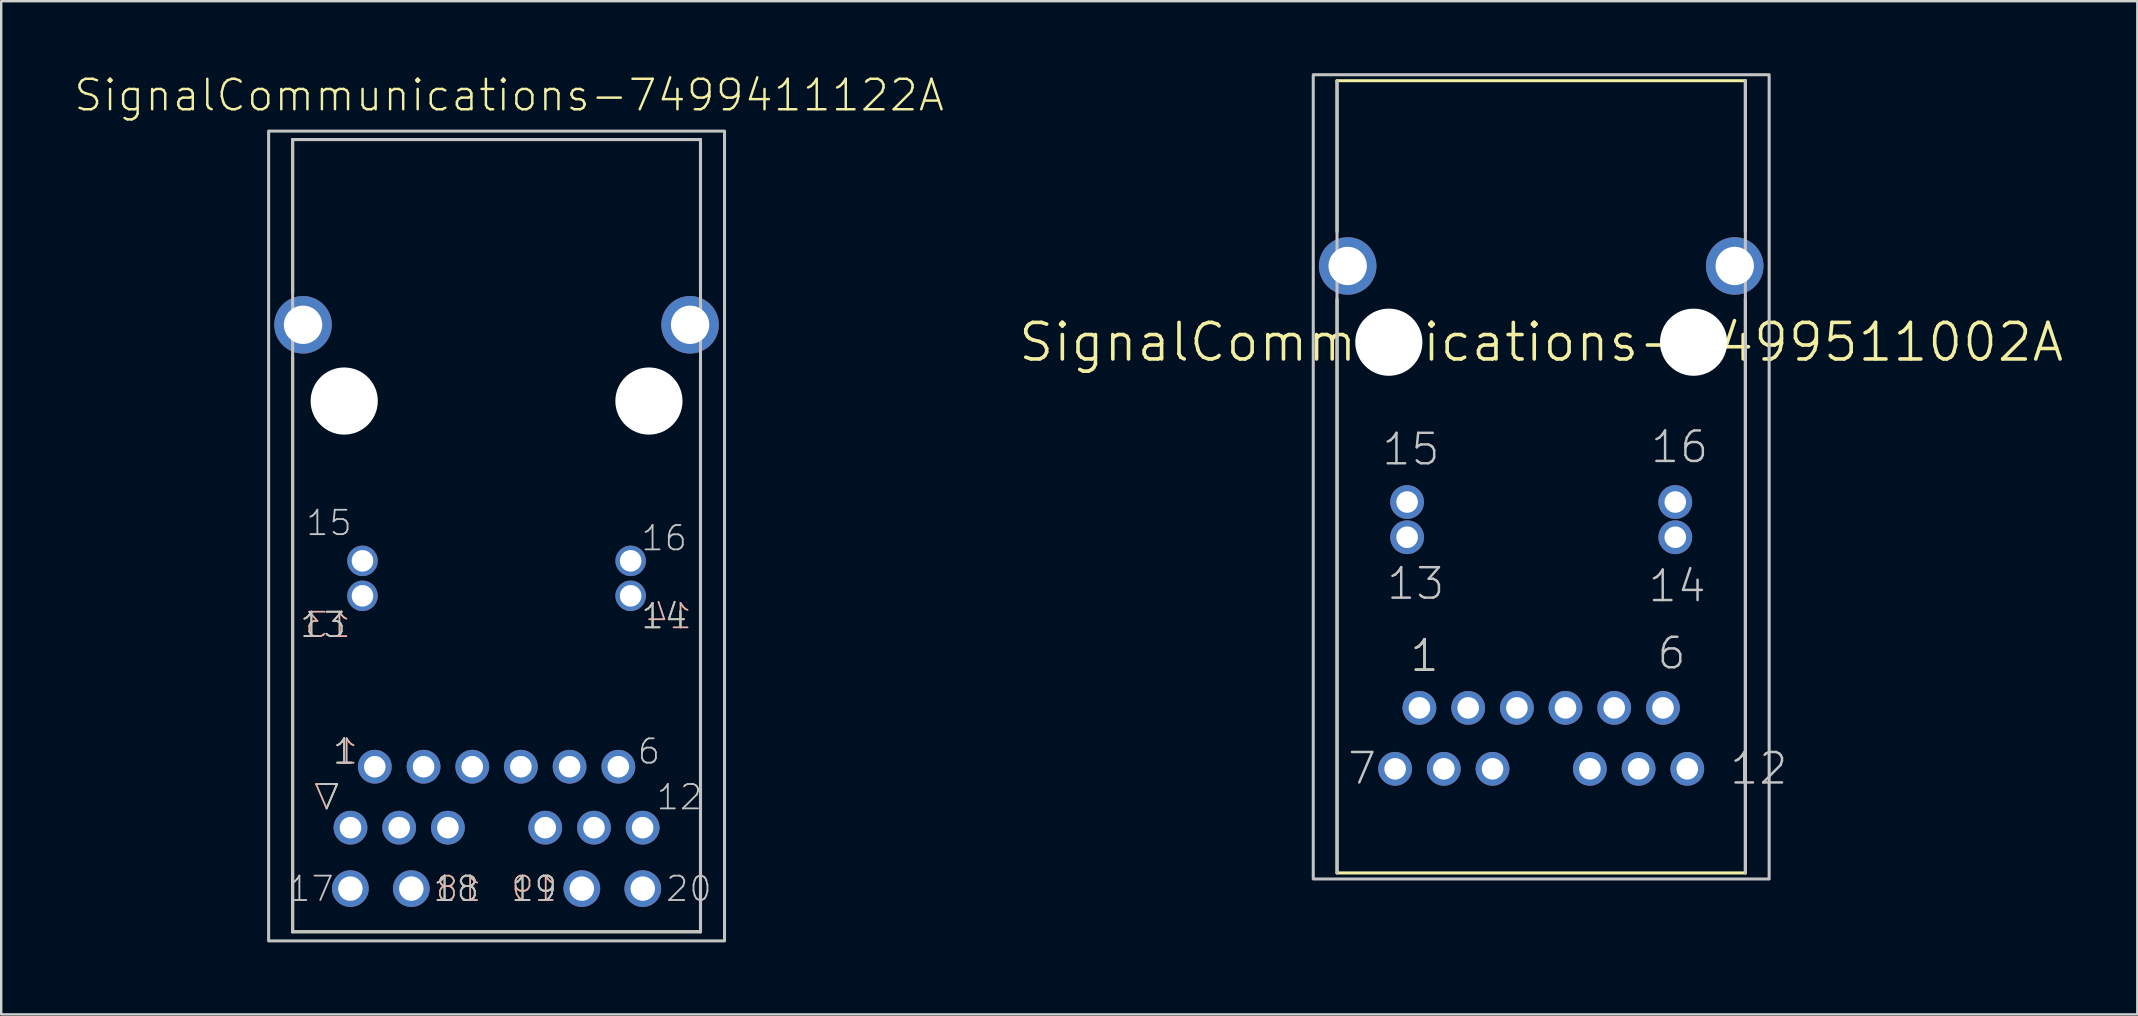
<source format=kicad_pcb>
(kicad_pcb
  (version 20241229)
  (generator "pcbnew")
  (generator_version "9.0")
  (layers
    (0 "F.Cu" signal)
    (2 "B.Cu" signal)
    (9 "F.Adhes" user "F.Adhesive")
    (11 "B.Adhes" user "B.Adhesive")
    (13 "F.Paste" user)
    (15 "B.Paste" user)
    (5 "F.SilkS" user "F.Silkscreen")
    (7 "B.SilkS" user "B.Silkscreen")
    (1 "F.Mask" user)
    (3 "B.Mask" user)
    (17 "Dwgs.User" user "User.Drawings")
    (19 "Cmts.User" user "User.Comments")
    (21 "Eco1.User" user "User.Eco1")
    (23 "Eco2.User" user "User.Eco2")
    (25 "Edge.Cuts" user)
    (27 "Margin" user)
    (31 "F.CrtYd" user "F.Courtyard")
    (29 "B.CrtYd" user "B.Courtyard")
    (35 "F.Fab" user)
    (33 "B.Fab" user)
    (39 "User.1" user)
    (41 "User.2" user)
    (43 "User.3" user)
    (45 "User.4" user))
  (footprint "SignalCommunications-7499511002A"
    (layer "F.Cu")
    (at 61.181 11.212)
    (property "Reference" "SignalCommunications-7499511002A" (at 0 0 0) (layer "F.SilkS") (effects (font (size 1.524 1.524) (thickness 0.15))))
    (attr exclude_from_pos_files exclude_from_bom)
    (fp_line (start -8.509 -10.899) (end 8.509 -10.899) (stroke (width 0.127) (type solid)) (layer "F.SilkS"))
    (fp_line (start -8.509 -4.6) (end -8.509 -10.899) (stroke (width 0.127) (type solid)) (layer "F.SilkS"))
    (fp_line (start -8.509 -1.798) (end -8.509 22.118) (stroke (width 0.127) (type solid)) (layer "F.SilkS"))
    (fp_line (start 8.509 -4.6) (end 8.509 -10.899) (stroke (width 0.127) (type solid)) (layer "F.SilkS"))
    (fp_line (start 8.509 -1.798) (end 8.509 22.118) (stroke (width 0.127) (type solid)) (layer "F.SilkS"))
    (fp_line (start 8.509 22.118) (end -8.509 22.118) (stroke (width 0.127) (type solid)) (layer "F.SilkS"))
    (fp_line (start -8.509 22.118) (end -8.509 -10.899) (stroke (width 0.127) (type solid)) (layer "Dwgs.User"))
    (fp_line (start 8.509 -10.899) (end 8.509 22.118) (stroke (width 0.127) (type solid)) (layer "Dwgs.User"))
    (fp_poly (pts (xy -9.5 -11.148) (xy 9.5 -11.148) (xy 9.5 22.37) (xy -9.5 22.37) (xy -9.5 -11.148)) (stroke (width 0.127) (type solid)) (fill no) (layer "Dwgs.User"))
    (fp_text user "1" (at -4.864 13.063 0) (layer "F.SilkS") (effects (font (size 1.27 1.27) (thickness 0.102))))
    (fp_text user "7" (at -7.463 17.765 0) (layer "Dwgs.User") (effects (font (size 1.27 1.27) (thickness 0.102))))
    (fp_text user "1" (at -4.864 13.063 0) (layer "Dwgs.User") (effects (font (size 1.27 1.27) (thickness 0.102))))
    (fp_text user "12" (at 9.068 17.765 0) (layer "Dwgs.User") (effects (font (size 1.27 1.27) (thickness 0.102))))
    (fp_text user "6" (at 5.433 12.964 0) (layer "Dwgs.User") (effects (font (size 1.27 1.27) (thickness 0.102))))
    (fp_text user "16" (at 5.768 4.364 0) (layer "Dwgs.User") (effects (font (size 1.27 1.27) (thickness 0.102))))
    (fp_text user "13" (at -5.23 10.063 0) (layer "Dwgs.User") (effects (font (size 1.27 1.27) (thickness 0.102))))
    (fp_text user "14" (at 5.669 10.163 0) (layer "Dwgs.User") (effects (font (size 1.27 1.27) (thickness 0.102))))
    (fp_text user "15" (at -5.428 4.463 0) (layer "Dwgs.User") (effects (font (size 1.27 1.27) (thickness 0.102))))
    (pad "" np_thru_hole circle (at -6.35 0) (size 2.799 2.799) (drill 2.799) (layers "*.Cu" "*.Mask"))
    (pad "" np_thru_hole circle (at 6.35 0) (size 2.799 2.799) (drill 2.799) (layers "*.Cu" "*.Mask"))
    (pad "1" thru_hole circle (at -5.075 15.24) (size 1.407 1.407) (drill 0.899) (layers "*.Cu" "*.Paste" "*.Mask"))
    (pad "2" thru_hole circle (at -3.043 15.24) (size 1.407 1.407) (drill 0.899) (layers "*.Cu" "*.Paste" "*.Mask"))
    (pad "3" thru_hole circle (at -1.013 15.24) (size 1.407 1.407) (drill 0.899) (layers "*.Cu" "*.Paste" "*.Mask"))
    (pad "4" thru_hole circle (at 1.013 15.24) (size 1.407 1.407) (drill 0.899) (layers "*.Cu" "*.Paste" "*.Mask"))
    (pad "5" thru_hole circle (at 3.043 15.24) (size 1.407 1.407) (drill 0.899) (layers "*.Cu" "*.Paste" "*.Mask"))
    (pad "6" thru_hole circle (at 5.075 15.24) (size 1.407 1.407) (drill 0.899) (layers "*.Cu" "*.Paste" "*.Mask"))
    (pad "7" thru_hole circle (at -6.088 17.78) (size 1.407 1.407) (drill 0.899) (layers "*.Cu" "*.Paste" "*.Mask"))
    (pad "8" thru_hole circle (at -4.059 17.78) (size 1.407 1.407) (drill 0.899) (layers "*.Cu" "*.Paste" "*.Mask"))
    (pad "9" thru_hole circle (at -2.029 17.78) (size 1.407 1.407) (drill 0.899) (layers "*.Cu" "*.Paste" "*.Mask"))
    (pad "10" thru_hole circle (at 2.029 17.78) (size 1.407 1.407) (drill 0.899) (layers "*.Cu" "*.Paste" "*.Mask"))
    (pad "11" thru_hole circle (at 4.059 17.78) (size 1.407 1.407) (drill 0.899) (layers "*.Cu" "*.Paste" "*.Mask"))
    (pad "12" thru_hole circle (at 6.088 17.78) (size 1.407 1.407) (drill 0.899) (layers "*.Cu" "*.Paste" "*.Mask"))
    (pad "13" thru_hole circle (at -5.588 8.128) (size 1.407 1.407) (drill 0.899) (layers "*.Cu" "*.Paste" "*.Mask"))
    (pad "14" thru_hole circle (at 5.588 8.128) (size 1.407 1.407) (drill 0.899) (layers "*.Cu" "*.Paste" "*.Mask"))
    (pad "15" thru_hole circle (at -5.588 6.66) (size 1.407 1.407) (drill 0.899) (layers "*.Cu" "*.Paste" "*.Mask"))
    (pad "16" thru_hole circle (at 5.588 6.66) (size 1.407 1.407) (drill 0.899) (layers "*.Cu" "*.Paste" "*.Mask"))
    (pad "SHEL" thru_hole circle (at -8.065 -3.178) (size 2.398 2.398) (drill 1.598) (layers "*.Cu" "*.Paste" "*.Mask"))
    (pad "SHEL" thru_hole circle (at 8.065 -3.178) (size 2.398 2.398) (drill 1.598) (layers "*.Cu" "*.Paste" "*.Mask")))
  (footprint "SignalCommunications-7499411122A"
    (layer "F.Cu")
    (at 17.645 13.664)
    (property "Reference" "SignalCommunications-7499411122A" (at 0.523 -12.743 0) (layer "F.SilkS") (effects (font (size 1.27 1.27) (thickness 0.102))))
    (attr exclude_from_pos_files exclude_from_bom)
    (fp_line (start -8.499 -10.795) (end -8.499 -4.524) (stroke (width 0.127) (type solid)) (layer "F.SilkS"))
    (fp_line (start -8.499 -1.824) (end -8.499 22.118) (stroke (width 0.127) (type solid)) (layer "F.SilkS"))
    (fp_line (start -8.499 22.118) (end 8.499 22.118) (stroke (width 0.127) (type solid)) (layer "F.SilkS"))
    (fp_line (start 8.499 -10.899) (end -8.499 -10.899) (stroke (width 0.127) (type solid)) (layer "F.SilkS"))
    (fp_line (start 8.499 -10.795) (end 8.499 -4.514) (stroke (width 0.127) (type solid)) (layer "F.SilkS"))
    (fp_line (start 8.499 -1.763) (end 8.499 22.118) (stroke (width 0.127) (type solid)) (layer "F.SilkS"))
    (fp_line (start -8.499 -10.899) (end -8.499 22.118) (stroke (width 0.127) (type solid)) (layer "Dwgs.User"))
    (fp_line (start -8.499 22.118) (end 8.499 22.118) (stroke (width 0.127) (type solid)) (layer "Dwgs.User"))
    (fp_line (start 8.499 -10.899) (end -8.499 -10.899) (stroke (width 0.127) (type solid)) (layer "Dwgs.User"))
    (fp_line (start 8.499 -10.899) (end 8.499 22.118) (stroke (width 0.127) (type solid)) (layer "Dwgs.User"))
    (fp_poly (pts (xy -9.5 -11.25) (xy 9.5 -11.25) (xy 9.5 22.499) (xy -9.5 22.499) (xy -9.5 -11.25)) (stroke (width 0.127) (type solid)) (fill no) (layer "Dwgs.User"))
    (fp_text user "19" (at 1.565 20.328 0) (layer "F.SilkS") (effects (font (size 1.016 1.016) (thickness 0.076))))
    (fp_text user "13" (at -7.234 9.329 0) (layer "F.SilkS") (effects (font (size 1.016 1.016) (thickness 0.076))))
    (fp_text user "1" (at -6.35 14.605 0) (layer "F.SilkS") (effects (font (size 1.016 1.016) (thickness 0.076))))
    (fp_text user "7" (at -6.985 16.51 0) (layer "F.SilkS") (effects (font (size 1.016 1.016) (thickness 0.076))))
    (fp_text user "14" (at 6.985 8.964 0) (layer "F.SilkS") (effects (font (size 1.016 1.016) (thickness 0.076))))
    (fp_text user "18" (at -1.684 20.328 0) (layer "F.SilkS") (effects (font (size 1.016 1.016) (thickness 0.076))))
    (fp_text user "7" (at -7.183 16.51 0) (layer "B.SilkS") (effects (font (size 1.016 1.016) (thickness 0.076)) (justify mirror)))
    (fp_text user "18" (at -1.585 20.328 0) (layer "B.SilkS") (effects (font (size 1.016 1.016) (thickness 0.076)) (justify mirror)))
    (fp_text user "13" (at -7.033 9.329 0) (layer "B.SilkS") (effects (font (size 1.016 1.016) (thickness 0.076)) (justify mirror)))
    (fp_text user "1" (at -6.248 14.605 0) (layer "B.SilkS") (effects (font (size 1.016 1.016) (thickness 0.076)) (justify mirror)))
    (fp_text user "14" (at 7.183 8.964 0) (layer "B.SilkS") (effects (font (size 1.016 1.016) (thickness 0.076)) (justify mirror)))
    (fp_text user "19" (at 1.565 20.328 0) (layer "B.SilkS") (effects (font (size 1.016 1.016) (thickness 0.076)) (justify mirror)))
    (fp_text user "13" (at -7.234 9.329 0) (layer "Dwgs.User") (effects (font (size 1.016 1.016) (thickness 0.076))))
    (fp_text user "19" (at 1.565 20.328 0) (layer "Dwgs.User") (effects (font (size 1.016 1.016) (thickness 0.076))))
    (fp_text user "6" (at 6.35 14.605 0) (layer "Dwgs.User") (effects (font (size 1.016 1.016) (thickness 0.076))))
    (fp_text user "16" (at 6.985 5.715 0) (layer "Dwgs.User") (effects (font (size 1.016 1.016) (thickness 0.076))))
    (fp_text user "7" (at -6.985 16.51 0) (layer "Dwgs.User") (effects (font (size 1.016 1.016) (thickness 0.076))))
    (fp_text user "17" (at -7.734 20.328 0) (layer "Dwgs.User") (effects (font (size 1.016 1.016) (thickness 0.076))))
    (fp_text user "14" (at 6.985 8.964 0) (layer "Dwgs.User") (effects (font (size 1.016 1.016) (thickness 0.076))))
    (fp_text user "20" (at 8.014 20.328 0) (layer "Dwgs.User") (effects (font (size 1.016 1.016) (thickness 0.076))))
    (fp_text user "12" (at 7.62 16.51 0) (layer "Dwgs.User") (effects (font (size 1.016 1.016) (thickness 0.076))))
    (fp_text user "18" (at -1.684 20.328 0) (layer "Dwgs.User") (effects (font (size 1.016 1.016) (thickness 0.076))))
    (fp_text user "1" (at -6.35 14.605 0) (layer "Dwgs.User") (effects (font (size 1.016 1.016) (thickness 0.076))))
    (fp_text user "15" (at -6.985 5.08 0) (layer "Dwgs.User") (effects (font (size 1.016 1.016) (thickness 0.076))))
    (pad "" np_thru_hole circle (at -6.35 0) (size 2.799 2.799) (drill 2.799) (layers "*.Cu" "*.Mask"))
    (pad "" np_thru_hole circle (at 6.35 0) (size 2.799 2.799) (drill 2.799) (layers "*.Cu" "*.Mask"))
    (pad "1" thru_hole circle (at -5.075 15.24) (size 1.407 1.407) (drill 0.899) (layers "*.Cu" "*.Paste" "*.Mask"))
    (pad "2" thru_hole circle (at -3.043 15.24) (size 1.407 1.407) (drill 0.899) (layers "*.Cu" "*.Paste" "*.Mask"))
    (pad "3" thru_hole circle (at -1.013 15.24) (size 1.407 1.407) (drill 0.899) (layers "*.Cu" "*.Paste" "*.Mask"))
    (pad "4" thru_hole circle (at 1.013 15.24) (size 1.407 1.407) (drill 0.899) (layers "*.Cu" "*.Paste" "*.Mask"))
    (pad "5" thru_hole circle (at 3.043 15.24) (size 1.407 1.407) (drill 0.899) (layers "*.Cu" "*.Paste" "*.Mask"))
    (pad "6" thru_hole circle (at 5.075 15.24) (size 1.407 1.407) (drill 0.899) (layers "*.Cu" "*.Paste" "*.Mask"))
    (pad "7" thru_hole circle (at -6.088 17.78) (size 1.407 1.407) (drill 0.899) (layers "*.Cu" "*.Paste" "*.Mask"))
    (pad "8" thru_hole circle (at -4.059 17.78) (size 1.407 1.407) (drill 0.899) (layers "*.Cu" "*.Paste" "*.Mask"))
    (pad "9" thru_hole circle (at -2.029 17.78) (size 1.407 1.407) (drill 0.899) (layers "*.Cu" "*.Paste" "*.Mask"))
    (pad "10" thru_hole circle (at 2.029 17.78) (size 1.407 1.407) (drill 0.899) (layers "*.Cu" "*.Paste" "*.Mask"))
    (pad "11" thru_hole circle (at 4.059 17.78) (size 1.407 1.407) (drill 0.899) (layers "*.Cu" "*.Paste" "*.Mask"))
    (pad "12" thru_hole circle (at 6.088 17.78) (size 1.407 1.407) (drill 0.899) (layers "*.Cu" "*.Paste" "*.Mask"))
    (pad "13" thru_hole circle (at -5.588 8.118) (size 1.27 1.27) (drill 0.899) (layers "*.Cu" "*.Paste" "*.Mask"))
    (pad "14" thru_hole circle (at 5.588 8.118) (size 1.27 1.27) (drill 0.899) (layers "*.Cu" "*.Paste" "*.Mask"))
    (pad "15" thru_hole circle (at -5.588 6.66) (size 1.27 1.27) (drill 0.899) (layers "*.Cu" "*.Paste" "*.Mask"))
    (pad "16" thru_hole circle (at 5.588 6.66) (size 1.27 1.27) (drill 0.899) (layers "*.Cu" "*.Paste" "*.Mask"))
    (pad "17" thru_hole circle (at -6.093 20.32) (size 1.529 1.529) (drill 1.019) (layers "*.Cu" "*.Paste" "*.Mask"))
    (pad "18" thru_hole circle (at -3.553 20.32) (size 1.529 1.529) (drill 1.019) (layers "*.Cu" "*.Paste" "*.Mask"))
    (pad "19" thru_hole circle (at 3.553 20.32) (size 1.529 1.529) (drill 1.019) (layers "*.Cu" "*.Paste" "*.Mask"))
    (pad "20" thru_hole circle (at 6.093 20.32) (size 1.529 1.529) (drill 1.019) (layers "*.Cu" "*.Paste" "*.Mask"))
    (pad "Z1" thru_hole circle (at -8.065 -3.178) (size 2.398 2.398) (drill 1.598) (layers "*.Cu" "*.Paste" "*.Mask"))
    (pad "Z2" thru_hole circle (at 8.065 -3.178) (size 2.398 2.398) (drill 1.598) (layers "*.Cu" "*.Paste" "*.Mask")))
  (gr_rect
    (start -3 -3)
    (end 86.025 39.227)
    (stroke (width 0.1) (type default))
    (fill no)
    (layer "Edge.Cuts")))
</source>
